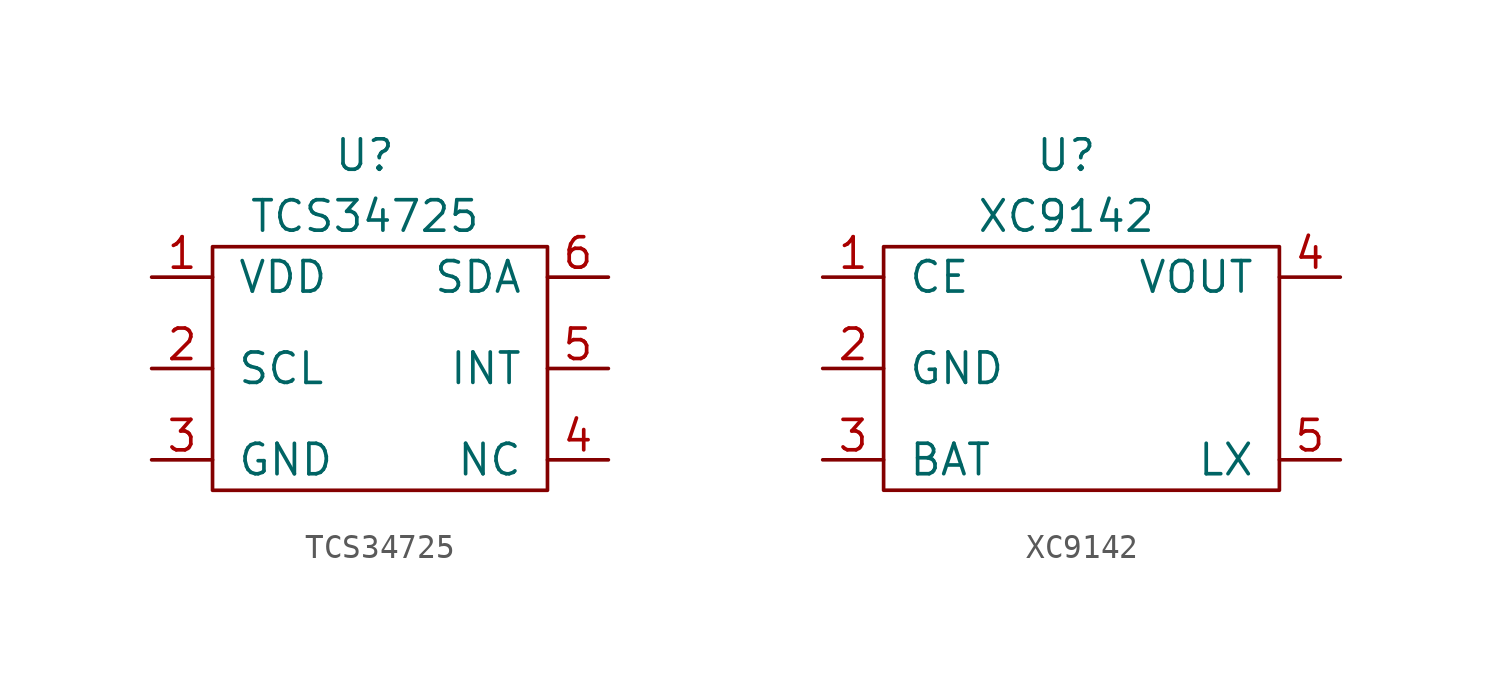
<source format=kicad_sym>
(kicad_symbol_lib
  (version 20220914)
  (generator kicad_symbol_editor)
  (symbol "TCS34725"
    (pin_names
      (offset 1.016))
    (property "Reference" "U"
      (at 0 2.54 0)
      (effects (font (size 1.27 1.27))))
    (property "Value" "TCS34725"
      (at 0 0 0)
      (effects (font (size 1.27 1.27))))
    (symbol "TCS34725_0_1"
      (rectangle (start 7.62 -11.43) (end -6.35 -1.27) (stroke (width 0) (type solid)) (fill (type none))))
    (symbol "TCS34725_1_1"
      (pin input line (at -8.89 -2.54 0) (length 2.54) (name "VDD" (effects (font (size 1.27 1.27)))) (number "1" (effects (font (size 1.27 1.27)))))
      (pin input line (at -8.89 -6.35 0) (length 2.54) (name "SCL" (effects (font (size 1.27 1.27)))) (number "2" (effects (font (size 1.27 1.27)))))
      (pin input line (at -8.89 -10.16 0) (length 2.54) (name "GND" (effects (font (size 1.27 1.27)))) (number "3" (effects (font (size 1.27 1.27)))))
      (pin input line (at 10.16 -10.16 180) (length 2.54) (name "NC" (effects (font (size 1.27 1.27)))) (number "4" (effects (font (size 1.27 1.27)))))
      (pin input line (at 10.16 -6.35 180) (length 2.54) (name "INT" (effects (font (size 1.27 1.27)))) (number "5" (effects (font (size 1.27 1.27)))))
      (pin input line (at 10.16 -2.54 180) (length 2.54) (name "SDA" (effects (font (size 1.27 1.27)))) (number "6" (effects (font (size 1.27 1.27)))))))
  (symbol "XC9142"
    (pin_names
      (offset 1.016))
    (property "Reference" "U"
      (at 0 2.54 0)
      (effects (font (size 1.27 1.27))))
    (property "Value" "XC9142"
      (at 0 0 0)
      (effects (font (size 1.27 1.27))))
    (symbol "XC9142_0_1"
      (rectangle (start -7.62 -1.27) (end 8.89 -11.43) (stroke (width 0) (type solid)) (fill (type none))))
    (symbol "XC9142_1_1"
      (pin input line (at -10.16 -2.54 0) (length 2.54) (name "CE" (effects (font (size 1.27 1.27)))) (number "1" (effects (font (size 1.27 1.27)))))
      (pin input line (at -10.16 -6.35 0) (length 2.54) (name "GND" (effects (font (size 1.27 1.27)))) (number "2" (effects (font (size 1.27 1.27)))))
      (pin input line (at -10.16 -10.16 0) (length 2.54) (name "BAT" (effects (font (size 1.27 1.27)))) (number "3" (effects (font (size 1.27 1.27)))))
      (pin input line (at 11.43 -2.54 180) (length 2.54) (name "VOUT" (effects (font (size 1.27 1.27)))) (number "4" (effects (font (size 1.27 1.27)))))
      (pin input line (at 11.43 -10.16 180) (length 2.54) (name "LX" (effects (font (size 1.27 1.27)))) (number "5" (effects (font (size 1.27 1.27))))))))
</source>
